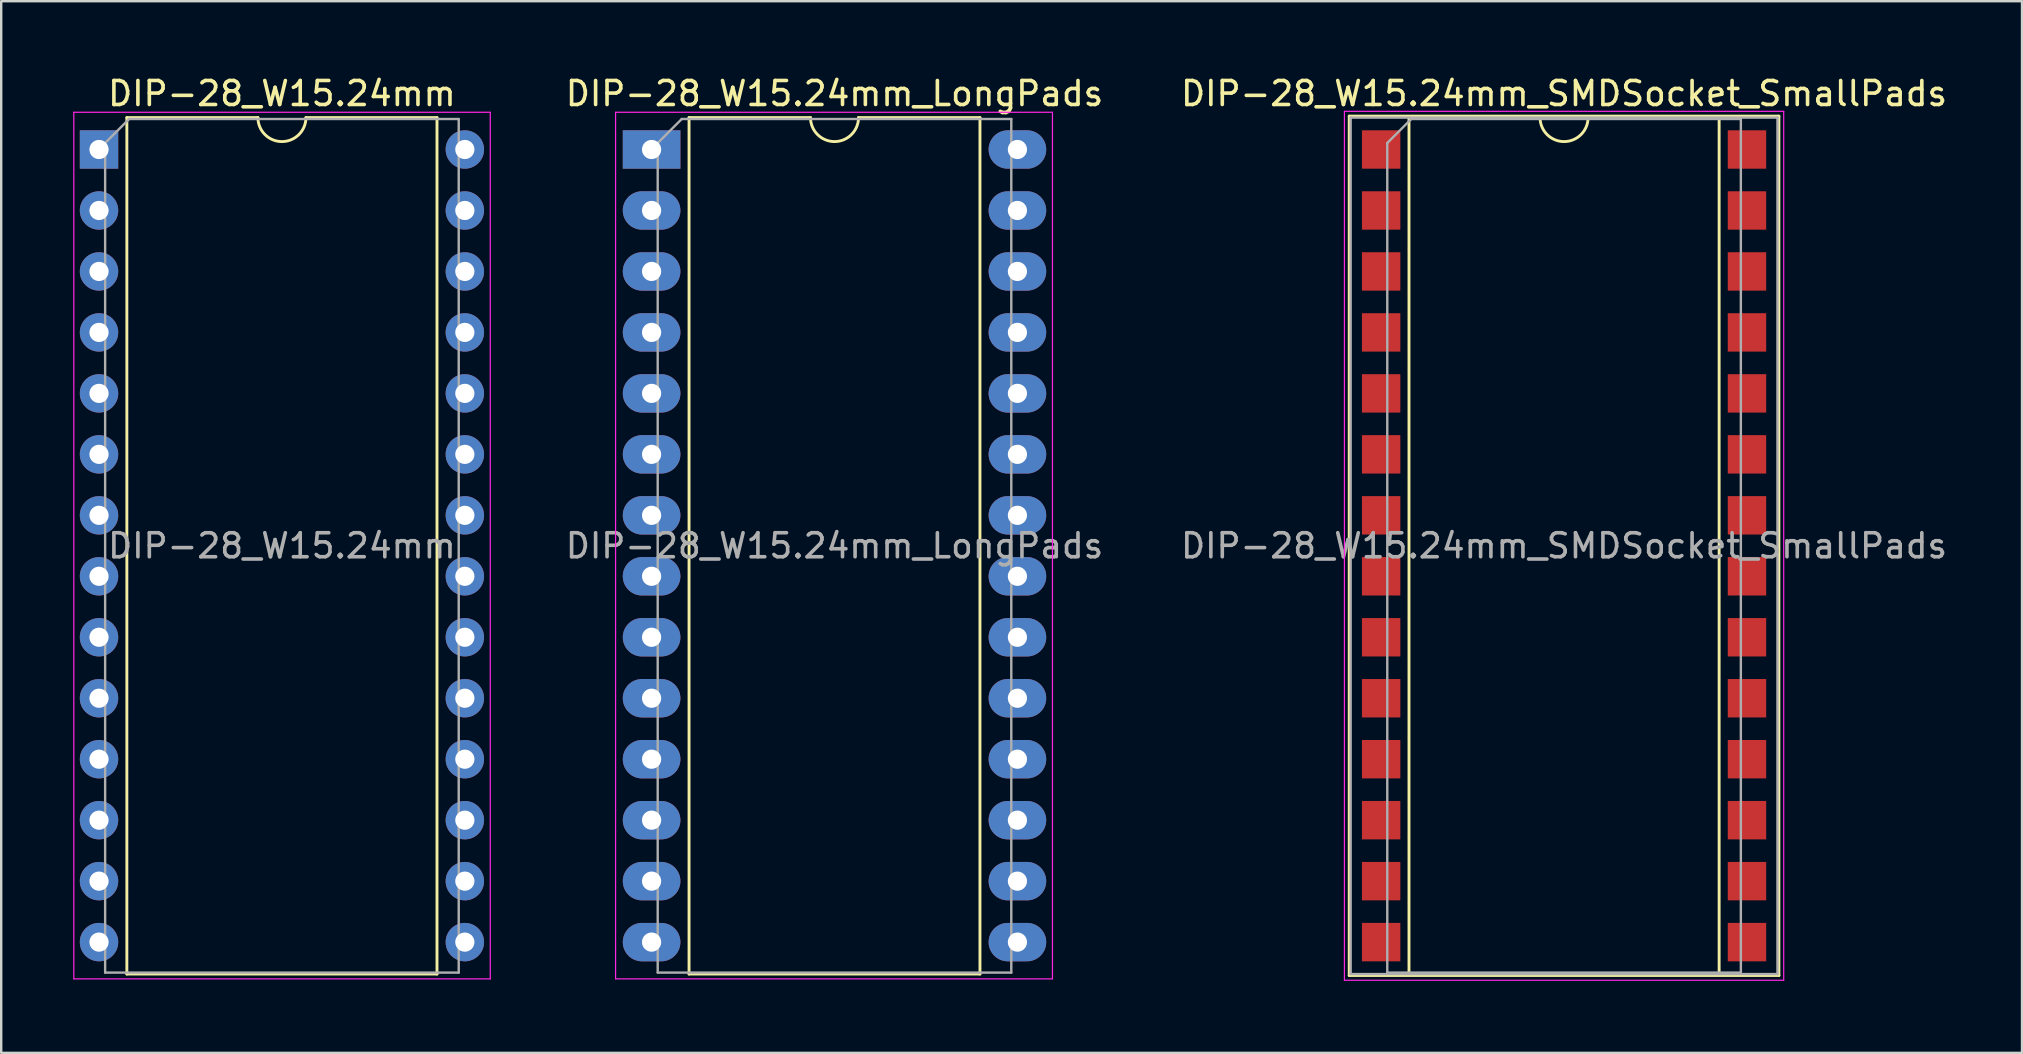
<source format=kicad_pcb>
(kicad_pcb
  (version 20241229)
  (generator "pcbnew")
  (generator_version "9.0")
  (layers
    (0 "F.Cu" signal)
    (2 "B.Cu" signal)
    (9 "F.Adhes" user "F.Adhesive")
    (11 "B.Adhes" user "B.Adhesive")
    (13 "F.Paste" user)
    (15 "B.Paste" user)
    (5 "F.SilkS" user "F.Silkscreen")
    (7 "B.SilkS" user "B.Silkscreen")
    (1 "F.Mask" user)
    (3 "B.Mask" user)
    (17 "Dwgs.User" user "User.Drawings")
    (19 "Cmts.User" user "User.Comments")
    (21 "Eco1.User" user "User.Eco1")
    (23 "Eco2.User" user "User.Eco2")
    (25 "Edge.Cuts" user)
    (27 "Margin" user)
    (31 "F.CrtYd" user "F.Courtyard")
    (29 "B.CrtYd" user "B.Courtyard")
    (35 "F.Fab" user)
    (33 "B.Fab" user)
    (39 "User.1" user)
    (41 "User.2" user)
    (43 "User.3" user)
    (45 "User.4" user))
  (footprint "DIP-28_W15.24mm_SMDSocket_SmallPads"
    (layer "F.Cu")
    (at 62.108 19.688)
    (property "Reference" "DIP-28_W15.24mm_SMDSocket_SmallPads" (at 0 -18.84 0) (layer "F.SilkS") (effects (font (size 1 1) (thickness 0.15))))
    (attr smd)
    (fp_line (start -8.95 -17.9) (end -8.95 17.9) (stroke (width 0.12) (type solid)) (layer "F.SilkS"))
    (fp_line (start -8.95 17.9) (end 8.95 17.9) (stroke (width 0.12) (type solid)) (layer "F.SilkS"))
    (fp_line (start -6.46 -17.84) (end -6.46 17.84) (stroke (width 0.12) (type solid)) (layer "F.SilkS"))
    (fp_line (start -6.46 17.84) (end 6.46 17.84) (stroke (width 0.12) (type solid)) (layer "F.SilkS"))
    (fp_line (start -1 -17.84) (end -6.46 -17.84) (stroke (width 0.12) (type solid)) (layer "F.SilkS"))
    (fp_line (start 6.46 -17.84) (end 1 -17.84) (stroke (width 0.12) (type solid)) (layer "F.SilkS"))
    (fp_line (start 6.46 17.84) (end 6.46 -17.84) (stroke (width 0.12) (type solid)) (layer "F.SilkS"))
    (fp_line (start 8.95 -17.9) (end -8.95 -17.9) (stroke (width 0.12) (type solid)) (layer "F.SilkS"))
    (fp_line (start 8.95 17.9) (end 8.95 -17.9) (stroke (width 0.12) (type solid)) (layer "F.SilkS"))
    (fp_arc (start 1 -17.84) (mid 0 -16.84) (end -1 -17.84) (stroke (width 0.12) (type solid)) (layer "F.SilkS"))
    (fp_line (start -9.15 -18.1) (end -9.15 18.1) (stroke (width 0.05) (type solid)) (layer "F.CrtYd"))
    (fp_line (start -9.15 18.1) (end 9.15 18.1) (stroke (width 0.05) (type solid)) (layer "F.CrtYd"))
    (fp_line (start 9.15 -18.1) (end -9.15 -18.1) (stroke (width 0.05) (type solid)) (layer "F.CrtYd"))
    (fp_line (start 9.15 18.1) (end 9.15 -18.1) (stroke (width 0.05) (type solid)) (layer "F.CrtYd"))
    (fp_line (start -8.89 -17.84) (end -8.89 17.84) (stroke (width 0.1) (type solid)) (layer "F.Fab"))
    (fp_line (start -8.89 17.84) (end 8.89 17.84) (stroke (width 0.1) (type solid)) (layer "F.Fab"))
    (fp_line (start -7.365 -16.78) (end -6.365 -17.78) (stroke (width 0.1) (type solid)) (layer "F.Fab"))
    (fp_line (start -7.365 17.78) (end -7.365 -16.78) (stroke (width 0.1) (type solid)) (layer "F.Fab"))
    (fp_line (start -6.365 -17.78) (end 7.365 -17.78) (stroke (width 0.1) (type solid)) (layer "F.Fab"))
    (fp_line (start 7.365 -17.78) (end 7.365 17.78) (stroke (width 0.1) (type solid)) (layer "F.Fab"))
    (fp_line (start 7.365 17.78) (end -7.365 17.78) (stroke (width 0.1) (type solid)) (layer "F.Fab"))
    (fp_line (start 8.89 -17.84) (end -8.89 -17.84) (stroke (width 0.1) (type solid)) (layer "F.Fab"))
    (fp_line (start 8.89 17.84) (end 8.89 -17.84) (stroke (width 0.1) (type solid)) (layer "F.Fab"))
    (fp_text user "${REFERENCE}" (at 0 0 0) (layer "F.Fab") (effects (font (size 1 1) (thickness 0.15))))
    (pad "1" smd rect (at -7.62 -16.51) (size 1.6 1.6) (layers "F.Cu" "F.Mask" "F.Paste"))
    (pad "2" smd rect (at -7.62 -13.97) (size 1.6 1.6) (layers "F.Cu" "F.Mask" "F.Paste"))
    (pad "3" smd rect (at -7.62 -11.43) (size 1.6 1.6) (layers "F.Cu" "F.Mask" "F.Paste"))
    (pad "4" smd rect (at -7.62 -8.89) (size 1.6 1.6) (layers "F.Cu" "F.Mask" "F.Paste"))
    (pad "5" smd rect (at -7.62 -6.35) (size 1.6 1.6) (layers "F.Cu" "F.Mask" "F.Paste"))
    (pad "6" smd rect (at -7.62 -3.81) (size 1.6 1.6) (layers "F.Cu" "F.Mask" "F.Paste"))
    (pad "7" smd rect (at -7.62 -1.27) (size 1.6 1.6) (layers "F.Cu" "F.Mask" "F.Paste"))
    (pad "8" smd rect (at -7.62 1.27) (size 1.6 1.6) (layers "F.Cu" "F.Mask" "F.Paste"))
    (pad "9" smd rect (at -7.62 3.81) (size 1.6 1.6) (layers "F.Cu" "F.Mask" "F.Paste"))
    (pad "10" smd rect (at -7.62 6.35) (size 1.6 1.6) (layers "F.Cu" "F.Mask" "F.Paste"))
    (pad "11" smd rect (at -7.62 8.89) (size 1.6 1.6) (layers "F.Cu" "F.Mask" "F.Paste"))
    (pad "12" smd rect (at -7.62 11.43) (size 1.6 1.6) (layers "F.Cu" "F.Mask" "F.Paste"))
    (pad "13" smd rect (at -7.62 13.97) (size 1.6 1.6) (layers "F.Cu" "F.Mask" "F.Paste"))
    (pad "14" smd rect (at -7.62 16.51) (size 1.6 1.6) (layers "F.Cu" "F.Mask" "F.Paste"))
    (pad "15" smd rect (at 7.62 16.51) (size 1.6 1.6) (layers "F.Cu" "F.Mask" "F.Paste"))
    (pad "16" smd rect (at 7.62 13.97) (size 1.6 1.6) (layers "F.Cu" "F.Mask" "F.Paste"))
    (pad "17" smd rect (at 7.62 11.43) (size 1.6 1.6) (layers "F.Cu" "F.Mask" "F.Paste"))
    (pad "18" smd rect (at 7.62 8.89) (size 1.6 1.6) (layers "F.Cu" "F.Mask" "F.Paste"))
    (pad "19" smd rect (at 7.62 6.35) (size 1.6 1.6) (layers "F.Cu" "F.Mask" "F.Paste"))
    (pad "20" smd rect (at 7.62 3.81) (size 1.6 1.6) (layers "F.Cu" "F.Mask" "F.Paste"))
    (pad "21" smd rect (at 7.62 1.27) (size 1.6 1.6) (layers "F.Cu" "F.Mask" "F.Paste"))
    (pad "22" smd rect (at 7.62 -1.27) (size 1.6 1.6) (layers "F.Cu" "F.Mask" "F.Paste"))
    (pad "23" smd rect (at 7.62 -3.81) (size 1.6 1.6) (layers "F.Cu" "F.Mask" "F.Paste"))
    (pad "24" smd rect (at 7.62 -6.35) (size 1.6 1.6) (layers "F.Cu" "F.Mask" "F.Paste"))
    (pad "25" smd rect (at 7.62 -8.89) (size 1.6 1.6) (layers "F.Cu" "F.Mask" "F.Paste"))
    (pad "26" smd rect (at 7.62 -11.43) (size 1.6 1.6) (layers "F.Cu" "F.Mask" "F.Paste"))
    (pad "27" smd rect (at 7.62 -13.97) (size 1.6 1.6) (layers "F.Cu" "F.Mask" "F.Paste"))
    (pad "28" smd rect (at 7.62 -16.51) (size 1.6 1.6) (layers "F.Cu" "F.Mask" "F.Paste")))
  (footprint "DIP-28_W15.24mm"
    (layer "F.Cu")
    (at 1.075 3.178)
    (property "Reference" "DIP-28_W15.24mm" (at 7.62 -2.33 0) (layer "F.SilkS") (effects (font (size 1 1) (thickness 0.15))))
    (attr through_hole)
    (fp_line (start 1.16 -1.33) (end 1.16 34.35) (stroke (width 0.12) (type solid)) (layer "F.SilkS"))
    (fp_line (start 1.16 34.35) (end 14.08 34.35) (stroke (width 0.12) (type solid)) (layer "F.SilkS"))
    (fp_line (start 6.62 -1.33) (end 1.16 -1.33) (stroke (width 0.12) (type solid)) (layer "F.SilkS"))
    (fp_line (start 14.08 -1.33) (end 8.62 -1.33) (stroke (width 0.12) (type solid)) (layer "F.SilkS"))
    (fp_line (start 14.08 34.35) (end 14.08 -1.33) (stroke (width 0.12) (type solid)) (layer "F.SilkS"))
    (fp_arc (start 8.62 -1.33) (mid 7.62 -0.33) (end 6.62 -1.33) (stroke (width 0.12) (type solid)) (layer "F.SilkS"))
    (fp_line (start -1.05 -1.55) (end -1.05 34.55) (stroke (width 0.05) (type solid)) (layer "F.CrtYd"))
    (fp_line (start -1.05 34.55) (end 16.3 34.55) (stroke (width 0.05) (type solid)) (layer "F.CrtYd"))
    (fp_line (start 16.3 -1.55) (end -1.05 -1.55) (stroke (width 0.05) (type solid)) (layer "F.CrtYd"))
    (fp_line (start 16.3 34.55) (end 16.3 -1.55) (stroke (width 0.05) (type solid)) (layer "F.CrtYd"))
    (fp_line (start 0.255 -0.27) (end 1.255 -1.27) (stroke (width 0.1) (type solid)) (layer "F.Fab"))
    (fp_line (start 0.255 34.29) (end 0.255 -0.27) (stroke (width 0.1) (type solid)) (layer "F.Fab"))
    (fp_line (start 1.255 -1.27) (end 14.985 -1.27) (stroke (width 0.1) (type solid)) (layer "F.Fab"))
    (fp_line (start 14.985 -1.27) (end 14.985 34.29) (stroke (width 0.1) (type solid)) (layer "F.Fab"))
    (fp_line (start 14.985 34.29) (end 0.255 34.29) (stroke (width 0.1) (type solid)) (layer "F.Fab"))
    (fp_text user "${REFERENCE}" (at 7.62 16.51 0) (layer "F.Fab") (effects (font (size 1 1) (thickness 0.15))))
    (pad "1" thru_hole rect (at 0 0) (size 1.6 1.6) (drill 0.8) (layers "*.Cu" "*.Mask"))
    (pad "2" thru_hole oval (at 0 2.54) (size 1.6 1.6) (drill 0.8) (layers "*.Cu" "*.Mask"))
    (pad "3" thru_hole oval (at 0 5.08) (size 1.6 1.6) (drill 0.8) (layers "*.Cu" "*.Mask"))
    (pad "4" thru_hole oval (at 0 7.62) (size 1.6 1.6) (drill 0.8) (layers "*.Cu" "*.Mask"))
    (pad "5" thru_hole oval (at 0 10.16) (size 1.6 1.6) (drill 0.8) (layers "*.Cu" "*.Mask"))
    (pad "6" thru_hole oval (at 0 12.7) (size 1.6 1.6) (drill 0.8) (layers "*.Cu" "*.Mask"))
    (pad "7" thru_hole oval (at 0 15.24) (size 1.6 1.6) (drill 0.8) (layers "*.Cu" "*.Mask"))
    (pad "8" thru_hole oval (at 0 17.78) (size 1.6 1.6) (drill 0.8) (layers "*.Cu" "*.Mask"))
    (pad "9" thru_hole oval (at 0 20.32) (size 1.6 1.6) (drill 0.8) (layers "*.Cu" "*.Mask"))
    (pad "10" thru_hole oval (at 0 22.86) (size 1.6 1.6) (drill 0.8) (layers "*.Cu" "*.Mask"))
    (pad "11" thru_hole oval (at 0 25.4) (size 1.6 1.6) (drill 0.8) (layers "*.Cu" "*.Mask"))
    (pad "12" thru_hole oval (at 0 27.94) (size 1.6 1.6) (drill 0.8) (layers "*.Cu" "*.Mask"))
    (pad "13" thru_hole oval (at 0 30.48) (size 1.6 1.6) (drill 0.8) (layers "*.Cu" "*.Mask"))
    (pad "14" thru_hole oval (at 0 33.02) (size 1.6 1.6) (drill 0.8) (layers "*.Cu" "*.Mask"))
    (pad "15" thru_hole oval (at 15.24 33.02) (size 1.6 1.6) (drill 0.8) (layers "*.Cu" "*.Mask"))
    (pad "16" thru_hole oval (at 15.24 30.48) (size 1.6 1.6) (drill 0.8) (layers "*.Cu" "*.Mask"))
    (pad "17" thru_hole oval (at 15.24 27.94) (size 1.6 1.6) (drill 0.8) (layers "*.Cu" "*.Mask"))
    (pad "18" thru_hole oval (at 15.24 25.4) (size 1.6 1.6) (drill 0.8) (layers "*.Cu" "*.Mask"))
    (pad "19" thru_hole oval (at 15.24 22.86) (size 1.6 1.6) (drill 0.8) (layers "*.Cu" "*.Mask"))
    (pad "20" thru_hole oval (at 15.24 20.32) (size 1.6 1.6) (drill 0.8) (layers "*.Cu" "*.Mask"))
    (pad "21" thru_hole oval (at 15.24 17.78) (size 1.6 1.6) (drill 0.8) (layers "*.Cu" "*.Mask"))
    (pad "22" thru_hole oval (at 15.24 15.24) (size 1.6 1.6) (drill 0.8) (layers "*.Cu" "*.Mask"))
    (pad "23" thru_hole oval (at 15.24 12.7) (size 1.6 1.6) (drill 0.8) (layers "*.Cu" "*.Mask"))
    (pad "24" thru_hole oval (at 15.24 10.16) (size 1.6 1.6) (drill 0.8) (layers "*.Cu" "*.Mask"))
    (pad "25" thru_hole oval (at 15.24 7.62) (size 1.6 1.6) (drill 0.8) (layers "*.Cu" "*.Mask"))
    (pad "26" thru_hole oval (at 15.24 5.08) (size 1.6 1.6) (drill 0.8) (layers "*.Cu" "*.Mask"))
    (pad "27" thru_hole oval (at 15.24 2.54) (size 1.6 1.6) (drill 0.8) (layers "*.Cu" "*.Mask"))
    (pad "28" thru_hole oval (at 15.24 0) (size 1.6 1.6) (drill 0.8) (layers "*.Cu" "*.Mask")))
  (footprint "DIP-28_W15.24mm_LongPads"
    (layer "F.Cu")
    (at 24.095 3.178)
    (property "Reference" "DIP-28_W15.24mm_LongPads" (at 7.62 -2.33 0) (layer "F.SilkS") (effects (font (size 1 1) (thickness 0.15))))
    (attr through_hole)
    (fp_line (start 1.56 -1.33) (end 1.56 34.35) (stroke (width 0.12) (type solid)) (layer "F.SilkS"))
    (fp_line (start 1.56 34.35) (end 13.68 34.35) (stroke (width 0.12) (type solid)) (layer "F.SilkS"))
    (fp_line (start 6.62 -1.33) (end 1.56 -1.33) (stroke (width 0.12) (type solid)) (layer "F.SilkS"))
    (fp_line (start 13.68 -1.33) (end 8.62 -1.33) (stroke (width 0.12) (type solid)) (layer "F.SilkS"))
    (fp_line (start 13.68 34.35) (end 13.68 -1.33) (stroke (width 0.12) (type solid)) (layer "F.SilkS"))
    (fp_arc (start 8.62 -1.33) (mid 7.62 -0.33) (end 6.62 -1.33) (stroke (width 0.12) (type solid)) (layer "F.SilkS"))
    (fp_line (start -1.5 -1.55) (end -1.5 34.55) (stroke (width 0.05) (type solid)) (layer "F.CrtYd"))
    (fp_line (start -1.5 34.55) (end 16.7 34.55) (stroke (width 0.05) (type solid)) (layer "F.CrtYd"))
    (fp_line (start 16.7 -1.55) (end -1.5 -1.55) (stroke (width 0.05) (type solid)) (layer "F.CrtYd"))
    (fp_line (start 16.7 34.55) (end 16.7 -1.55) (stroke (width 0.05) (type solid)) (layer "F.CrtYd"))
    (fp_line (start 0.255 -0.27) (end 1.255 -1.27) (stroke (width 0.1) (type solid)) (layer "F.Fab"))
    (fp_line (start 0.255 34.29) (end 0.255 -0.27) (stroke (width 0.1) (type solid)) (layer "F.Fab"))
    (fp_line (start 1.255 -1.27) (end 14.985 -1.27) (stroke (width 0.1) (type solid)) (layer "F.Fab"))
    (fp_line (start 14.985 -1.27) (end 14.985 34.29) (stroke (width 0.1) (type solid)) (layer "F.Fab"))
    (fp_line (start 14.985 34.29) (end 0.255 34.29) (stroke (width 0.1) (type solid)) (layer "F.Fab"))
    (fp_text user "${REFERENCE}" (at 7.62 16.51 0) (layer "F.Fab") (effects (font (size 1 1) (thickness 0.15))))
    (pad "1" thru_hole rect (at 0 0) (size 2.4 1.6) (drill 0.8) (layers "*.Cu" "*.Mask"))
    (pad "2" thru_hole oval (at 0 2.54) (size 2.4 1.6) (drill 0.8) (layers "*.Cu" "*.Mask"))
    (pad "3" thru_hole oval (at 0 5.08) (size 2.4 1.6) (drill 0.8) (layers "*.Cu" "*.Mask"))
    (pad "4" thru_hole oval (at 0 7.62) (size 2.4 1.6) (drill 0.8) (layers "*.Cu" "*.Mask"))
    (pad "5" thru_hole oval (at 0 10.16) (size 2.4 1.6) (drill 0.8) (layers "*.Cu" "*.Mask"))
    (pad "6" thru_hole oval (at 0 12.7) (size 2.4 1.6) (drill 0.8) (layers "*.Cu" "*.Mask"))
    (pad "7" thru_hole oval (at 0 15.24) (size 2.4 1.6) (drill 0.8) (layers "*.Cu" "*.Mask"))
    (pad "8" thru_hole oval (at 0 17.78) (size 2.4 1.6) (drill 0.8) (layers "*.Cu" "*.Mask"))
    (pad "9" thru_hole oval (at 0 20.32) (size 2.4 1.6) (drill 0.8) (layers "*.Cu" "*.Mask"))
    (pad "10" thru_hole oval (at 0 22.86) (size 2.4 1.6) (drill 0.8) (layers "*.Cu" "*.Mask"))
    (pad "11" thru_hole oval (at 0 25.4) (size 2.4 1.6) (drill 0.8) (layers "*.Cu" "*.Mask"))
    (pad "12" thru_hole oval (at 0 27.94) (size 2.4 1.6) (drill 0.8) (layers "*.Cu" "*.Mask"))
    (pad "13" thru_hole oval (at 0 30.48) (size 2.4 1.6) (drill 0.8) (layers "*.Cu" "*.Mask"))
    (pad "14" thru_hole oval (at 0 33.02) (size 2.4 1.6) (drill 0.8) (layers "*.Cu" "*.Mask"))
    (pad "15" thru_hole oval (at 15.24 33.02) (size 2.4 1.6) (drill 0.8) (layers "*.Cu" "*.Mask"))
    (pad "16" thru_hole oval (at 15.24 30.48) (size 2.4 1.6) (drill 0.8) (layers "*.Cu" "*.Mask"))
    (pad "17" thru_hole oval (at 15.24 27.94) (size 2.4 1.6) (drill 0.8) (layers "*.Cu" "*.Mask"))
    (pad "18" thru_hole oval (at 15.24 25.4) (size 2.4 1.6) (drill 0.8) (layers "*.Cu" "*.Mask"))
    (pad "19" thru_hole oval (at 15.24 22.86) (size 2.4 1.6) (drill 0.8) (layers "*.Cu" "*.Mask"))
    (pad "20" thru_hole oval (at 15.24 20.32) (size 2.4 1.6) (drill 0.8) (layers "*.Cu" "*.Mask"))
    (pad "21" thru_hole oval (at 15.24 17.78) (size 2.4 1.6) (drill 0.8) (layers "*.Cu" "*.Mask"))
    (pad "22" thru_hole oval (at 15.24 15.24) (size 2.4 1.6) (drill 0.8) (layers "*.Cu" "*.Mask"))
    (pad "23" thru_hole oval (at 15.24 12.7) (size 2.4 1.6) (drill 0.8) (layers "*.Cu" "*.Mask"))
    (pad "24" thru_hole oval (at 15.24 10.16) (size 2.4 1.6) (drill 0.8) (layers "*.Cu" "*.Mask"))
    (pad "25" thru_hole oval (at 15.24 7.62) (size 2.4 1.6) (drill 0.8) (layers "*.Cu" "*.Mask"))
    (pad "26" thru_hole oval (at 15.24 5.08) (size 2.4 1.6) (drill 0.8) (layers "*.Cu" "*.Mask"))
    (pad "27" thru_hole oval (at 15.24 2.54) (size 2.4 1.6) (drill 0.8) (layers "*.Cu" "*.Mask"))
    (pad "28" thru_hole oval (at 15.24 0) (size 2.4 1.6) (drill 0.8) (layers "*.Cu" "*.Mask")))
  (gr_rect
    (start -3 -3)
    (end 81.186 40.813)
    (stroke (width 0.1) (type default))
    (fill no)
    (layer "Edge.Cuts")))
</source>
